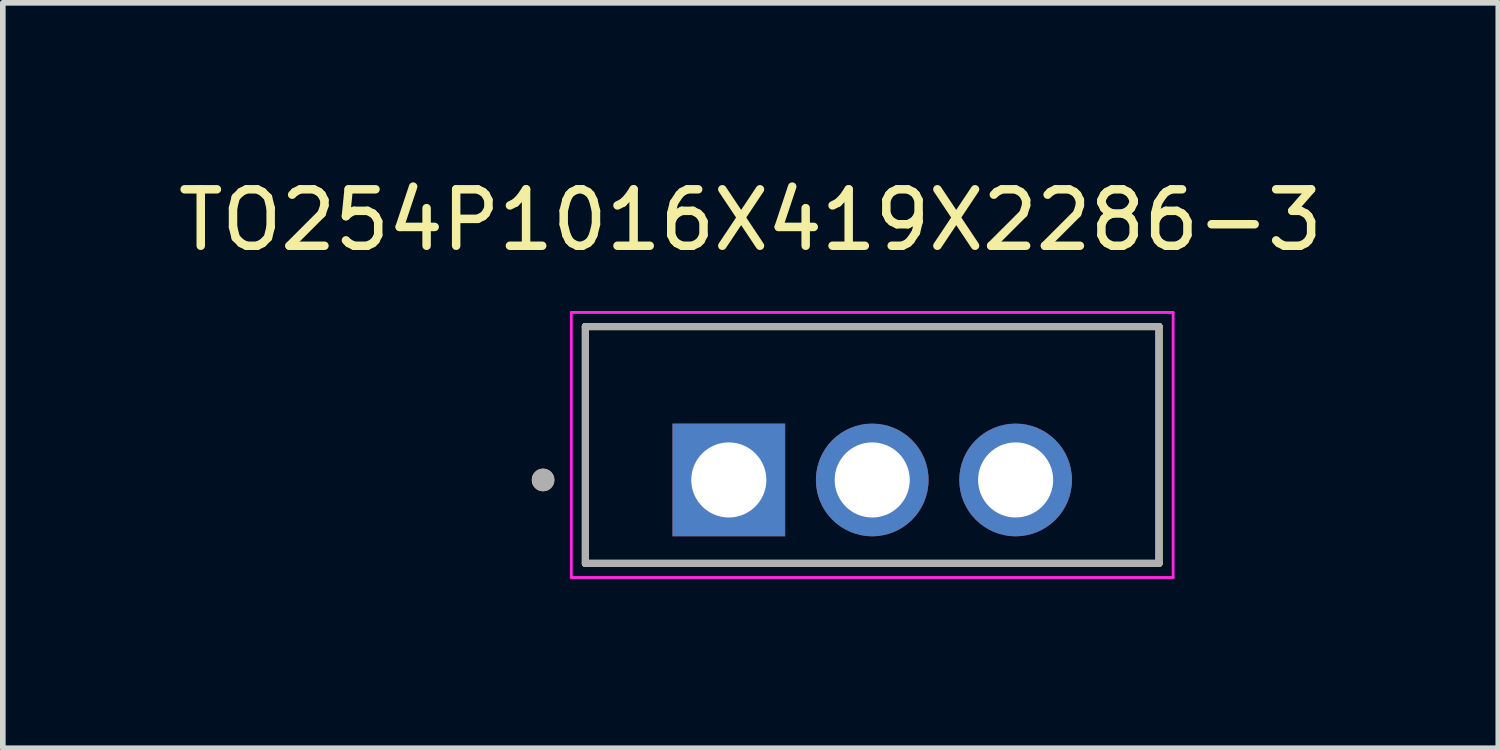
<source format=kicad_pcb>
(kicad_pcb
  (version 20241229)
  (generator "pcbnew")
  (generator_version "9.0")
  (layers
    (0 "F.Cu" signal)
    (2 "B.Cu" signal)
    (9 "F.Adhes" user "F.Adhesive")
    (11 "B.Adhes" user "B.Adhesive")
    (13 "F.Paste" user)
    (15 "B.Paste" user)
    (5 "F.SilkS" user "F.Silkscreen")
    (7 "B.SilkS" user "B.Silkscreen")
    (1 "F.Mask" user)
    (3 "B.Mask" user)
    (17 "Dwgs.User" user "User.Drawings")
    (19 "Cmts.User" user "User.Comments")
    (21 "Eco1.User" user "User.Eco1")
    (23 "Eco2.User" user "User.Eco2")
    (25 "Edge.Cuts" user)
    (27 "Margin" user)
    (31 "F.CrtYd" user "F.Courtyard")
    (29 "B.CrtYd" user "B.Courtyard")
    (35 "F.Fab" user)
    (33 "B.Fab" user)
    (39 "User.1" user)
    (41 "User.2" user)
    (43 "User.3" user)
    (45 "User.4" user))
  (footprint "TO254P1016X419X2286-3"
    (layer "F.Cu")
    (at 12.399 5.451)
    (property "Reference" "TO254P1016X419X2286-3" (at -2.155 -4.603 0) (layer "F.SilkS") (effects (font (size 1 1) (thickness 0.15))))
    (attr through_hole)
    (fp_line (start -5.08 -2.717) (end 5.08 -2.717) (stroke (width 0.127) (type solid)) (layer "F.SilkS"))
    (fp_line (start -5.08 1.478) (end -5.08 -2.717) (stroke (width 0.127) (type solid)) (layer "F.SilkS"))
    (fp_line (start 5.08 -2.717) (end 5.08 1.478) (stroke (width 0.127) (type solid)) (layer "F.SilkS"))
    (fp_line (start 5.08 1.478) (end -5.08 1.478) (stroke (width 0.127) (type solid)) (layer "F.SilkS"))
    (fp_circle (center -5.83 0) (end -5.73 0) (stroke (width 0.2) (type solid)) (fill no) (layer "F.SilkS"))
    (fp_line (start -5.33 -2.967) (end -5.33 1.728) (stroke (width 0.05) (type solid)) (layer "F.CrtYd"))
    (fp_line (start -5.33 1.728) (end 5.33 1.728) (stroke (width 0.05) (type solid)) (layer "F.CrtYd"))
    (fp_line (start 5.33 -2.967) (end -5.33 -2.967) (stroke (width 0.05) (type solid)) (layer "F.CrtYd"))
    (fp_line (start 5.33 1.728) (end 5.33 -2.967) (stroke (width 0.05) (type solid)) (layer "F.CrtYd"))
    (fp_line (start -5.08 -2.717) (end 5.08 -2.717) (stroke (width 0.127) (type solid)) (layer "F.Fab"))
    (fp_line (start -5.08 1.478) (end -5.08 -2.717) (stroke (width 0.127) (type solid)) (layer "F.Fab"))
    (fp_line (start 5.08 -2.717) (end 5.08 1.478) (stroke (width 0.127) (type solid)) (layer "F.Fab"))
    (fp_line (start 5.08 1.478) (end -5.08 1.478) (stroke (width 0.127) (type solid)) (layer "F.Fab"))
    (fp_circle (center -5.83 0) (end -5.73 0) (stroke (width 0.2) (type solid)) (fill no) (layer "F.Fab"))
    (pad "1" thru_hole rect (at -2.54 0) (size 1.995 1.995) (drill 1.33) (layers "*.Cu" "*.Mask"))
    (pad "2" thru_hole circle (at 0 0) (size 1.995 1.995) (drill 1.33) (layers "*.Cu" "*.Mask"))
    (pad "3" thru_hole circle (at 2.54 0) (size 1.995 1.995) (drill 1.33) (layers "*.Cu" "*.Mask")))
  (gr_rect
    (start -3 -3)
    (end 23.488 10.203)
    (stroke (width 0.1) (type default))
    (fill no)
    (layer "Edge.Cuts")))
</source>
